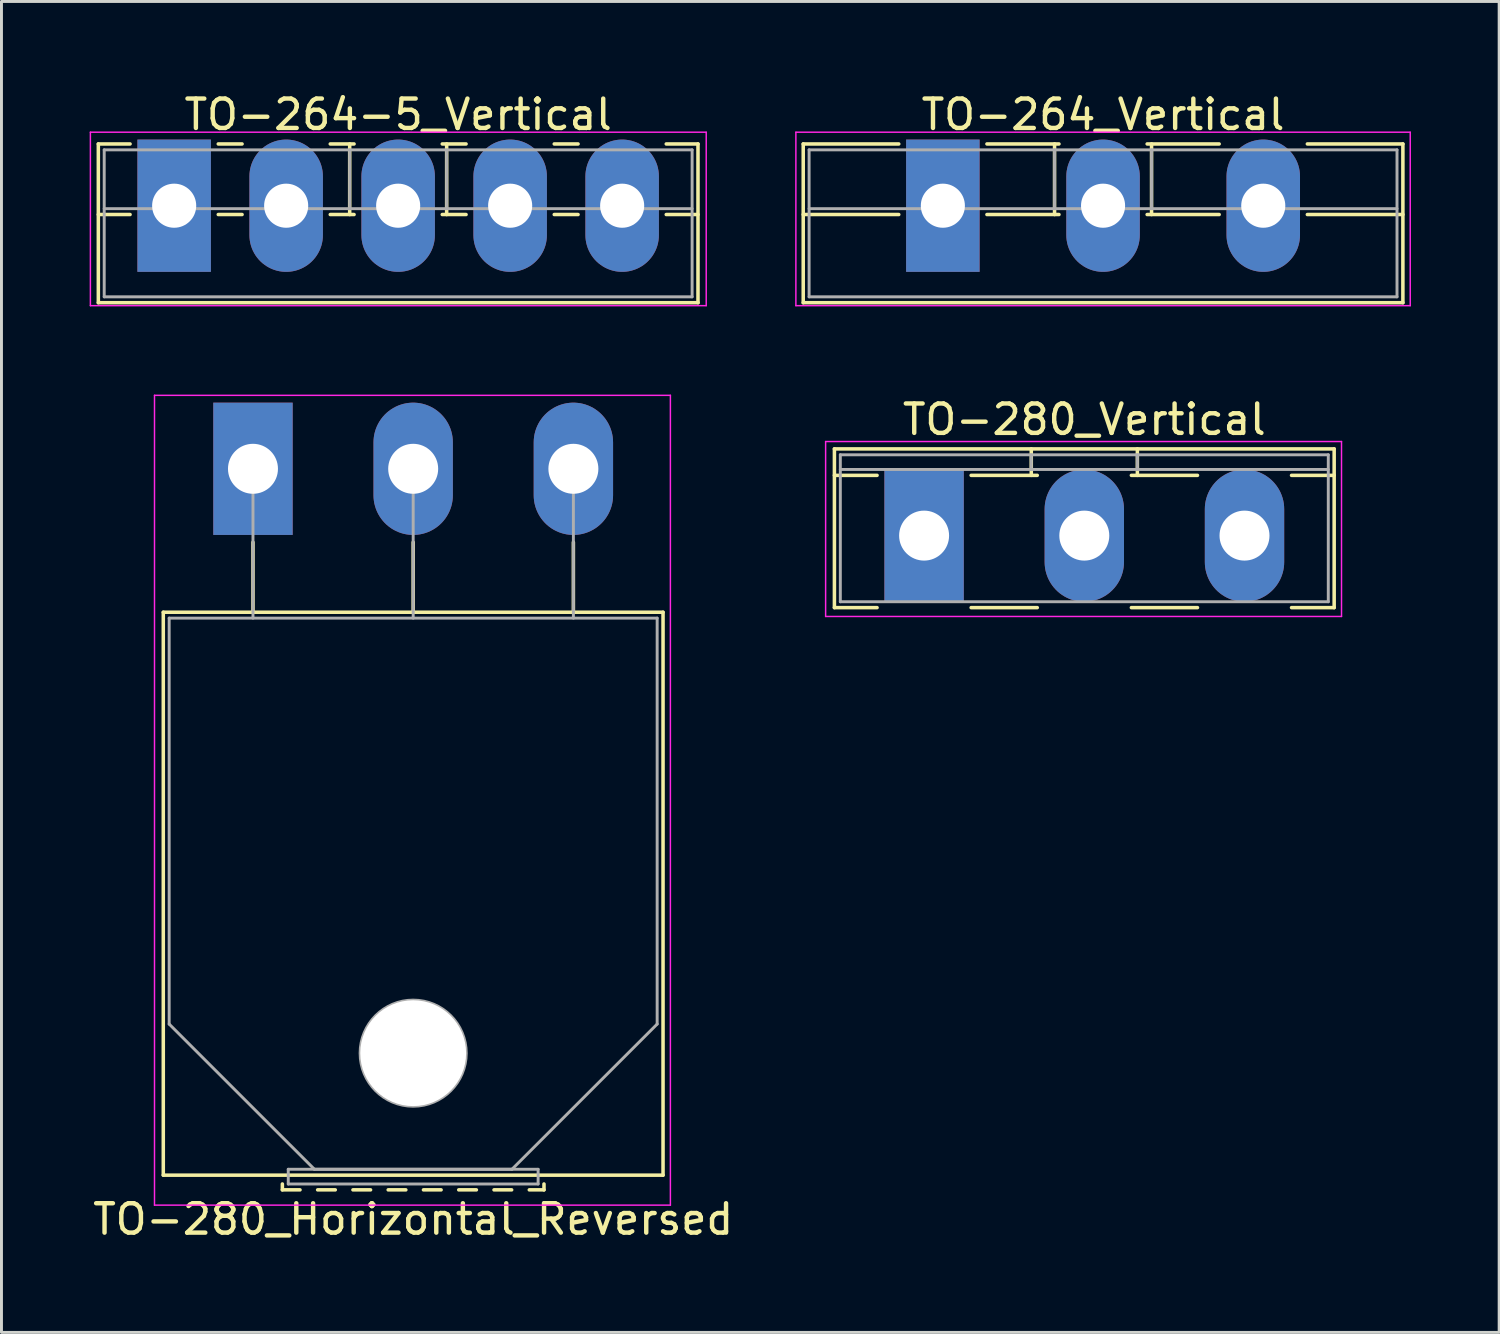
<source format=kicad_pcb>
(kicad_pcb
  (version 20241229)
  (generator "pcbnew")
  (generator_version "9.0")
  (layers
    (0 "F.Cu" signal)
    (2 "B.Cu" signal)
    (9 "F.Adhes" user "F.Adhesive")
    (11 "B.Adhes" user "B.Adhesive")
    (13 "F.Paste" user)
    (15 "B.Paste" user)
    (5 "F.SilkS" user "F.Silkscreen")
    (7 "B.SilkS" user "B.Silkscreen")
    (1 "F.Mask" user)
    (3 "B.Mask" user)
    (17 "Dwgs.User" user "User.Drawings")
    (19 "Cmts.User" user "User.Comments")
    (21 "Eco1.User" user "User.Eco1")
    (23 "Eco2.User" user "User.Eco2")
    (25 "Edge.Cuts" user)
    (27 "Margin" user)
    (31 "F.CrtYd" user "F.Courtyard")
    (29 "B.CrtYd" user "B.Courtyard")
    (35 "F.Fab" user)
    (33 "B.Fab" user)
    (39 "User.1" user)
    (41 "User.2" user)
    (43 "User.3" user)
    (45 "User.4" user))
  (footprint "TO-280_Vertical"
    (layer "F.Cu")
    (at 28.387 15.171)
    (property "Reference" "TO-280_Vertical" (at 5.45 -3.95 0) (layer "F.SilkS") (effects (font (size 1 1) (thickness 0.15))))
    (attr through_hole)
    (fp_line (start -3.051 -2.95) (end -3.051 2.45) (stroke (width 0.12) (type solid)) (layer "F.SilkS"))
    (fp_line (start -3.051 -2.95) (end 13.95 -2.95) (stroke (width 0.12) (type solid)) (layer "F.SilkS"))
    (fp_line (start -3.051 -2.05) (end -1.6 -2.05) (stroke (width 0.12) (type solid)) (layer "F.SilkS"))
    (fp_line (start -3.051 2.45) (end -1.6 2.45) (stroke (width 0.12) (type solid)) (layer "F.SilkS"))
    (fp_line (start 1.6 -2.05) (end 3.85 -2.05) (stroke (width 0.12) (type solid)) (layer "F.SilkS"))
    (fp_line (start 1.6 2.45) (end 3.85 2.45) (stroke (width 0.12) (type solid)) (layer "F.SilkS"))
    (fp_line (start 3.646 -2.95) (end 3.646 -2.05) (stroke (width 0.12) (type solid)) (layer "F.SilkS"))
    (fp_line (start 7.051 -2.05) (end 9.3 -2.05) (stroke (width 0.12) (type solid)) (layer "F.SilkS"))
    (fp_line (start 7.051 2.45) (end 9.3 2.45) (stroke (width 0.12) (type solid)) (layer "F.SilkS"))
    (fp_line (start 7.255 -2.95) (end 7.255 -2.05) (stroke (width 0.12) (type solid)) (layer "F.SilkS"))
    (fp_line (start 12.5 -2.05) (end 13.95 -2.05) (stroke (width 0.12) (type solid)) (layer "F.SilkS"))
    (fp_line (start 12.5 2.45) (end 13.95 2.45) (stroke (width 0.12) (type solid)) (layer "F.SilkS"))
    (fp_line (start 13.95 -2.95) (end 13.95 2.45) (stroke (width 0.12) (type solid)) (layer "F.SilkS"))
    (fp_line (start -3.35 -3.2) (end -3.35 2.75) (stroke (width 0.05) (type solid)) (layer "F.CrtYd"))
    (fp_line (start -3.35 2.75) (end 14.2 2.75) (stroke (width 0.05) (type solid)) (layer "F.CrtYd"))
    (fp_line (start 14.2 -3.2) (end -3.35 -3.2) (stroke (width 0.05) (type solid)) (layer "F.CrtYd"))
    (fp_line (start 14.2 2.75) (end 14.2 -3.2) (stroke (width 0.05) (type solid)) (layer "F.CrtYd"))
    (fp_line (start -2.85 -2.75) (end -2.85 2.25) (stroke (width 0.1) (type solid)) (layer "F.Fab"))
    (fp_line (start -2.85 -2.25) (end 13.75 -2.25) (stroke (width 0.1) (type solid)) (layer "F.Fab"))
    (fp_line (start -2.85 2.25) (end 13.75 2.25) (stroke (width 0.1) (type solid)) (layer "F.Fab"))
    (fp_line (start 3.645 -2.75) (end 3.645 -2.25) (stroke (width 0.1) (type solid)) (layer "F.Fab"))
    (fp_line (start 7.255 -2.75) (end 7.255 -2.25) (stroke (width 0.1) (type solid)) (layer "F.Fab"))
    (fp_line (start 13.75 -2.75) (end -2.85 -2.75) (stroke (width 0.1) (type solid)) (layer "F.Fab"))
    (fp_line (start 13.75 2.25) (end 13.75 -2.75) (stroke (width 0.1) (type solid)) (layer "F.Fab"))
    (pad "1" thru_hole rect (at 0 0) (size 2.7 4.5) (drill 1.7) (layers "*.Cu" "*.Mask"))
    (pad "2" thru_hole oval (at 5.45 0) (size 2.7 4.5) (drill 1.7) (layers "*.Cu" "*.Mask"))
    (pad "3" thru_hole oval (at 10.9 0) (size 2.7 4.5) (drill 1.7) (layers "*.Cu" "*.Mask")))
  (footprint "TO-264-5_Vertical"
    (layer "F.Cu")
    (at 2.875 3.948)
    (property "Reference" "TO-264-5_Vertical" (at 7.62 -3.1 0) (layer "F.SilkS") (effects (font (size 1 1) (thickness 0.15))))
    (attr through_hole)
    (fp_line (start -2.58 -2.101) (end -2.58 3.3) (stroke (width 0.12) (type solid)) (layer "F.SilkS"))
    (fp_line (start -2.58 -2.101) (end -1.5 -2.101) (stroke (width 0.12) (type solid)) (layer "F.SilkS"))
    (fp_line (start -2.58 0.3) (end -1.5 0.3) (stroke (width 0.12) (type solid)) (layer "F.SilkS"))
    (fp_line (start -2.58 3.3) (end 17.82 3.3) (stroke (width 0.12) (type solid)) (layer "F.SilkS"))
    (fp_line (start 1.5 -2.101) (end 2.31 -2.101) (stroke (width 0.12) (type solid)) (layer "F.SilkS"))
    (fp_line (start 1.5 0.3) (end 2.31 0.3) (stroke (width 0.12) (type solid)) (layer "F.SilkS"))
    (fp_line (start 5.31 -2.101) (end 6.12 -2.101) (stroke (width 0.12) (type solid)) (layer "F.SilkS"))
    (fp_line (start 5.31 0.3) (end 6.12 0.3) (stroke (width 0.12) (type solid)) (layer "F.SilkS"))
    (fp_line (start 5.971 -2.101) (end 5.971 0.3) (stroke (width 0.12) (type solid)) (layer "F.SilkS"))
    (fp_line (start 9.12 -2.101) (end 9.93 -2.101) (stroke (width 0.12) (type solid)) (layer "F.SilkS"))
    (fp_line (start 9.12 0.3) (end 9.93 0.3) (stroke (width 0.12) (type solid)) (layer "F.SilkS"))
    (fp_line (start 9.27 -2.101) (end 9.27 0.3) (stroke (width 0.12) (type solid)) (layer "F.SilkS"))
    (fp_line (start 12.93 -2.101) (end 13.74 -2.101) (stroke (width 0.12) (type solid)) (layer "F.SilkS"))
    (fp_line (start 12.93 0.3) (end 13.74 0.3) (stroke (width 0.12) (type solid)) (layer "F.SilkS"))
    (fp_line (start 16.74 -2.101) (end 17.82 -2.101) (stroke (width 0.12) (type solid)) (layer "F.SilkS"))
    (fp_line (start 16.74 0.3) (end 17.82 0.3) (stroke (width 0.12) (type solid)) (layer "F.SilkS"))
    (fp_line (start 17.82 -2.101) (end 17.82 3.3) (stroke (width 0.12) (type solid)) (layer "F.SilkS"))
    (fp_line (start -2.85 -2.5) (end -2.85 3.4) (stroke (width 0.05) (type solid)) (layer "F.CrtYd"))
    (fp_line (start -2.85 3.4) (end 18.1 3.4) (stroke (width 0.05) (type solid)) (layer "F.CrtYd"))
    (fp_line (start 18.1 -2.5) (end -2.85 -2.5) (stroke (width 0.05) (type solid)) (layer "F.CrtYd"))
    (fp_line (start 18.1 3.4) (end 18.1 -2.5) (stroke (width 0.05) (type solid)) (layer "F.CrtYd"))
    (fp_line (start -2.38 -1.9) (end -2.38 3.1) (stroke (width 0.1) (type solid)) (layer "F.Fab"))
    (fp_line (start -2.38 0.1) (end 17.62 0.1) (stroke (width 0.1) (type solid)) (layer "F.Fab"))
    (fp_line (start -2.38 3.1) (end 17.62 3.1) (stroke (width 0.1) (type solid)) (layer "F.Fab"))
    (fp_line (start 5.97 -1.9) (end 5.97 0.1) (stroke (width 0.1) (type solid)) (layer "F.Fab"))
    (fp_line (start 9.27 -1.9) (end 9.27 0.1) (stroke (width 0.1) (type solid)) (layer "F.Fab"))
    (fp_line (start 17.62 -1.9) (end -2.38 -1.9) (stroke (width 0.1) (type solid)) (layer "F.Fab"))
    (fp_line (start 17.62 3.1) (end 17.62 -1.9) (stroke (width 0.1) (type solid)) (layer "F.Fab"))
    (pad "1" thru_hole rect (at 0 0) (size 2.5 4.5) (drill 1.5) (layers "*.Cu" "*.Mask"))
    (pad "2" thru_hole oval (at 3.81 0) (size 2.5 4.5) (drill 1.5) (layers "*.Cu" "*.Mask"))
    (pad "3" thru_hole oval (at 7.62 0) (size 2.5 4.5) (drill 1.5) (layers "*.Cu" "*.Mask"))
    (pad "4" thru_hole oval (at 11.43 0) (size 2.5 4.5) (drill 1.5) (layers "*.Cu" "*.Mask"))
    (pad "5" thru_hole oval (at 15.24 0) (size 2.5 4.5) (drill 1.5) (layers "*.Cu" "*.Mask")))
  (footprint "TO-264_Vertical"
    (layer "F.Cu")
    (at 29.025 3.948)
    (property "Reference" "TO-264_Vertical" (at 5.45 -3.1 0) (layer "F.SilkS") (effects (font (size 1 1) (thickness 0.15))))
    (attr through_hole)
    (fp_line (start -4.75 -2.101) (end -4.75 3.3) (stroke (width 0.12) (type solid)) (layer "F.SilkS"))
    (fp_line (start -4.75 -2.101) (end -1.5 -2.101) (stroke (width 0.12) (type solid)) (layer "F.SilkS"))
    (fp_line (start -4.75 0.3) (end -1.5 0.3) (stroke (width 0.12) (type solid)) (layer "F.SilkS"))
    (fp_line (start -4.75 3.3) (end 15.65 3.3) (stroke (width 0.12) (type solid)) (layer "F.SilkS"))
    (fp_line (start 1.5 -2.101) (end 3.95 -2.101) (stroke (width 0.12) (type solid)) (layer "F.SilkS"))
    (fp_line (start 1.5 0.3) (end 3.95 0.3) (stroke (width 0.12) (type solid)) (layer "F.SilkS"))
    (fp_line (start 3.8 -2.101) (end 3.8 0.3) (stroke (width 0.12) (type solid)) (layer "F.SilkS"))
    (fp_line (start 6.95 -2.101) (end 9.4 -2.101) (stroke (width 0.12) (type solid)) (layer "F.SilkS"))
    (fp_line (start 6.95 0.3) (end 9.4 0.3) (stroke (width 0.12) (type solid)) (layer "F.SilkS"))
    (fp_line (start 7.1 -2.101) (end 7.1 0.3) (stroke (width 0.12) (type solid)) (layer "F.SilkS"))
    (fp_line (start 12.4 -2.101) (end 15.65 -2.101) (stroke (width 0.12) (type solid)) (layer "F.SilkS"))
    (fp_line (start 12.4 0.3) (end 15.65 0.3) (stroke (width 0.12) (type solid)) (layer "F.SilkS"))
    (fp_line (start 15.65 -2.101) (end 15.65 3.3) (stroke (width 0.12) (type solid)) (layer "F.SilkS"))
    (fp_line (start -5 -2.5) (end -5 3.4) (stroke (width 0.05) (type solid)) (layer "F.CrtYd"))
    (fp_line (start -5 3.4) (end 15.9 3.4) (stroke (width 0.05) (type solid)) (layer "F.CrtYd"))
    (fp_line (start 15.9 -2.5) (end -5 -2.5) (stroke (width 0.05) (type solid)) (layer "F.CrtYd"))
    (fp_line (start 15.9 3.4) (end 15.9 -2.5) (stroke (width 0.05) (type solid)) (layer "F.CrtYd"))
    (fp_line (start -4.55 -1.9) (end -4.55 3.1) (stroke (width 0.1) (type solid)) (layer "F.Fab"))
    (fp_line (start -4.55 0.1) (end 15.45 0.1) (stroke (width 0.1) (type solid)) (layer "F.Fab"))
    (fp_line (start -4.55 3.1) (end 15.45 3.1) (stroke (width 0.1) (type solid)) (layer "F.Fab"))
    (fp_line (start 3.8 -1.9) (end 3.8 0.1) (stroke (width 0.1) (type solid)) (layer "F.Fab"))
    (fp_line (start 7.1 -1.9) (end 7.1 0.1) (stroke (width 0.1) (type solid)) (layer "F.Fab"))
    (fp_line (start 15.45 -1.9) (end -4.55 -1.9) (stroke (width 0.1) (type solid)) (layer "F.Fab"))
    (fp_line (start 15.45 3.1) (end 15.45 -1.9) (stroke (width 0.1) (type solid)) (layer "F.Fab"))
    (pad "1" thru_hole rect (at 0 0) (size 2.5 4.5) (drill 1.5) (layers "*.Cu" "*.Mask"))
    (pad "2" thru_hole oval (at 5.45 0) (size 2.5 4.5) (drill 1.5) (layers "*.Cu" "*.Mask"))
    (pad "3" thru_hole oval (at 10.9 0) (size 2.5 4.5) (drill 1.5) (layers "*.Cu" "*.Mask")))
  (footprint "TO-280_Horizontal_Reversed"
    (layer "F.Cu")
    (at 5.556 12.898)
    (property "Reference" "TO-280_Horizontal_Reversed" (at 5.45 25.53 0) (layer "F.SilkS") (effects (font (size 1 1) (thickness 0.15))))
    (attr through_hole)
    (fp_line (start -3.051 4.88) (end -3.051 24.03) (stroke (width 0.12) (type solid)) (layer "F.SilkS"))
    (fp_line (start -3.051 4.88) (end 13.95 4.88) (stroke (width 0.12) (type solid)) (layer "F.SilkS"))
    (fp_line (start -3.051 24.03) (end 13.95 24.03) (stroke (width 0.12) (type solid)) (layer "F.SilkS"))
    (fp_line (start 0 2.5) (end 0 4.88) (stroke (width 0.12) (type solid)) (layer "F.SilkS"))
    (fp_line (start 1 24.33) (end 1 24.53) (stroke (width 0.12) (type solid)) (layer "F.SilkS"))
    (fp_line (start 1 24.53) (end 1.6 24.53) (stroke (width 0.12) (type solid)) (layer "F.SilkS"))
    (fp_line (start 2.2 24.53) (end 2.8 24.53) (stroke (width 0.12) (type solid)) (layer "F.SilkS"))
    (fp_line (start 3.401 24.53) (end 4 24.53) (stroke (width 0.12) (type solid)) (layer "F.SilkS"))
    (fp_line (start 4.6 24.53) (end 5.2 24.53) (stroke (width 0.12) (type solid)) (layer "F.SilkS"))
    (fp_line (start 5.45 2.5) (end 5.45 4.88) (stroke (width 0.12) (type solid)) (layer "F.SilkS"))
    (fp_line (start 5.8 24.53) (end 6.4 24.53) (stroke (width 0.12) (type solid)) (layer "F.SilkS"))
    (fp_line (start 7 24.53) (end 7.6 24.53) (stroke (width 0.12) (type solid)) (layer "F.SilkS"))
    (fp_line (start 8.2 24.53) (end 8.8 24.53) (stroke (width 0.12) (type solid)) (layer "F.SilkS"))
    (fp_line (start 9.4 24.53) (end 9.9 24.53) (stroke (width 0.12) (type solid)) (layer "F.SilkS"))
    (fp_line (start 9.9 24.33) (end 9.9 24.53) (stroke (width 0.12) (type solid)) (layer "F.SilkS"))
    (fp_line (start 10.9 2.5) (end 10.9 4.88) (stroke (width 0.12) (type solid)) (layer "F.SilkS"))
    (fp_line (start 13.95 4.88) (end 13.95 24.03) (stroke (width 0.12) (type solid)) (layer "F.SilkS"))
    (fp_line (start -3.35 -2.5) (end -3.35 25.05) (stroke (width 0.05) (type solid)) (layer "F.CrtYd"))
    (fp_line (start -3.35 25.05) (end 14.2 25.05) (stroke (width 0.05) (type solid)) (layer "F.CrtYd"))
    (fp_line (start 14.2 -2.5) (end -3.35 -2.5) (stroke (width 0.05) (type solid)) (layer "F.CrtYd"))
    (fp_line (start 14.2 25.05) (end 14.2 -2.5) (stroke (width 0.05) (type solid)) (layer "F.CrtYd"))
    (fp_line (start -2.851 5.08) (end -2.851 18.89) (stroke (width 0.1) (type solid)) (layer "F.Fab"))
    (fp_line (start -2.851 18.89) (end 2.09 23.83) (stroke (width 0.1) (type solid)) (layer "F.Fab"))
    (fp_line (start 0 5.08) (end 0 0) (stroke (width 0.1) (type solid)) (layer "F.Fab"))
    (fp_line (start 1.2 23.83) (end 1.2 24.33) (stroke (width 0.1) (type solid)) (layer "F.Fab"))
    (fp_line (start 1.2 24.33) (end 9.7 24.33) (stroke (width 0.1) (type solid)) (layer "F.Fab"))
    (fp_line (start 2.09 23.83) (end 8.81 23.83) (stroke (width 0.1) (type solid)) (layer "F.Fab"))
    (fp_line (start 5.45 5.08) (end 5.45 0) (stroke (width 0.1) (type solid)) (layer "F.Fab"))
    (fp_line (start 8.81 23.83) (end 13.75 18.89) (stroke (width 0.1) (type solid)) (layer "F.Fab"))
    (fp_line (start 9.7 23.83) (end 1.2 23.83) (stroke (width 0.1) (type solid)) (layer "F.Fab"))
    (fp_line (start 9.7 24.33) (end 9.7 23.83) (stroke (width 0.1) (type solid)) (layer "F.Fab"))
    (fp_line (start 10.9 5.08) (end 10.9 0) (stroke (width 0.1) (type solid)) (layer "F.Fab"))
    (fp_line (start 13.75 5.08) (end -2.851 5.08) (stroke (width 0.1) (type solid)) (layer "F.Fab"))
    (fp_line (start 13.75 18.89) (end 13.75 5.08) (stroke (width 0.1) (type solid)) (layer "F.Fab"))
    (fp_circle (center 5.45 19.88) (end 7.255 19.88) (stroke (width 0.1) (type solid)) (fill no) (layer "F.Fab"))
    (pad "" np_thru_hole oval (at 5.45 19.88) (size 3.6 3.6) (drill 3.6) (layers "*.Cu" "*.Mask"))
    (pad "1" thru_hole rect (at 0 0) (size 2.7 4.5) (drill 1.7) (layers "*.Cu" "*.Mask"))
    (pad "2" thru_hole oval (at 5.45 0) (size 2.7 4.5) (drill 1.7) (layers "*.Cu" "*.Mask"))
    (pad "3" thru_hole oval (at 10.9 0) (size 2.7 4.5) (drill 1.7) (layers "*.Cu" "*.Mask")))
  (gr_rect
    (start -3 -3)
    (end 47.95 42.276)
    (stroke (width 0.1) (type default))
    (fill no)
    (layer "Edge.Cuts")))
</source>
